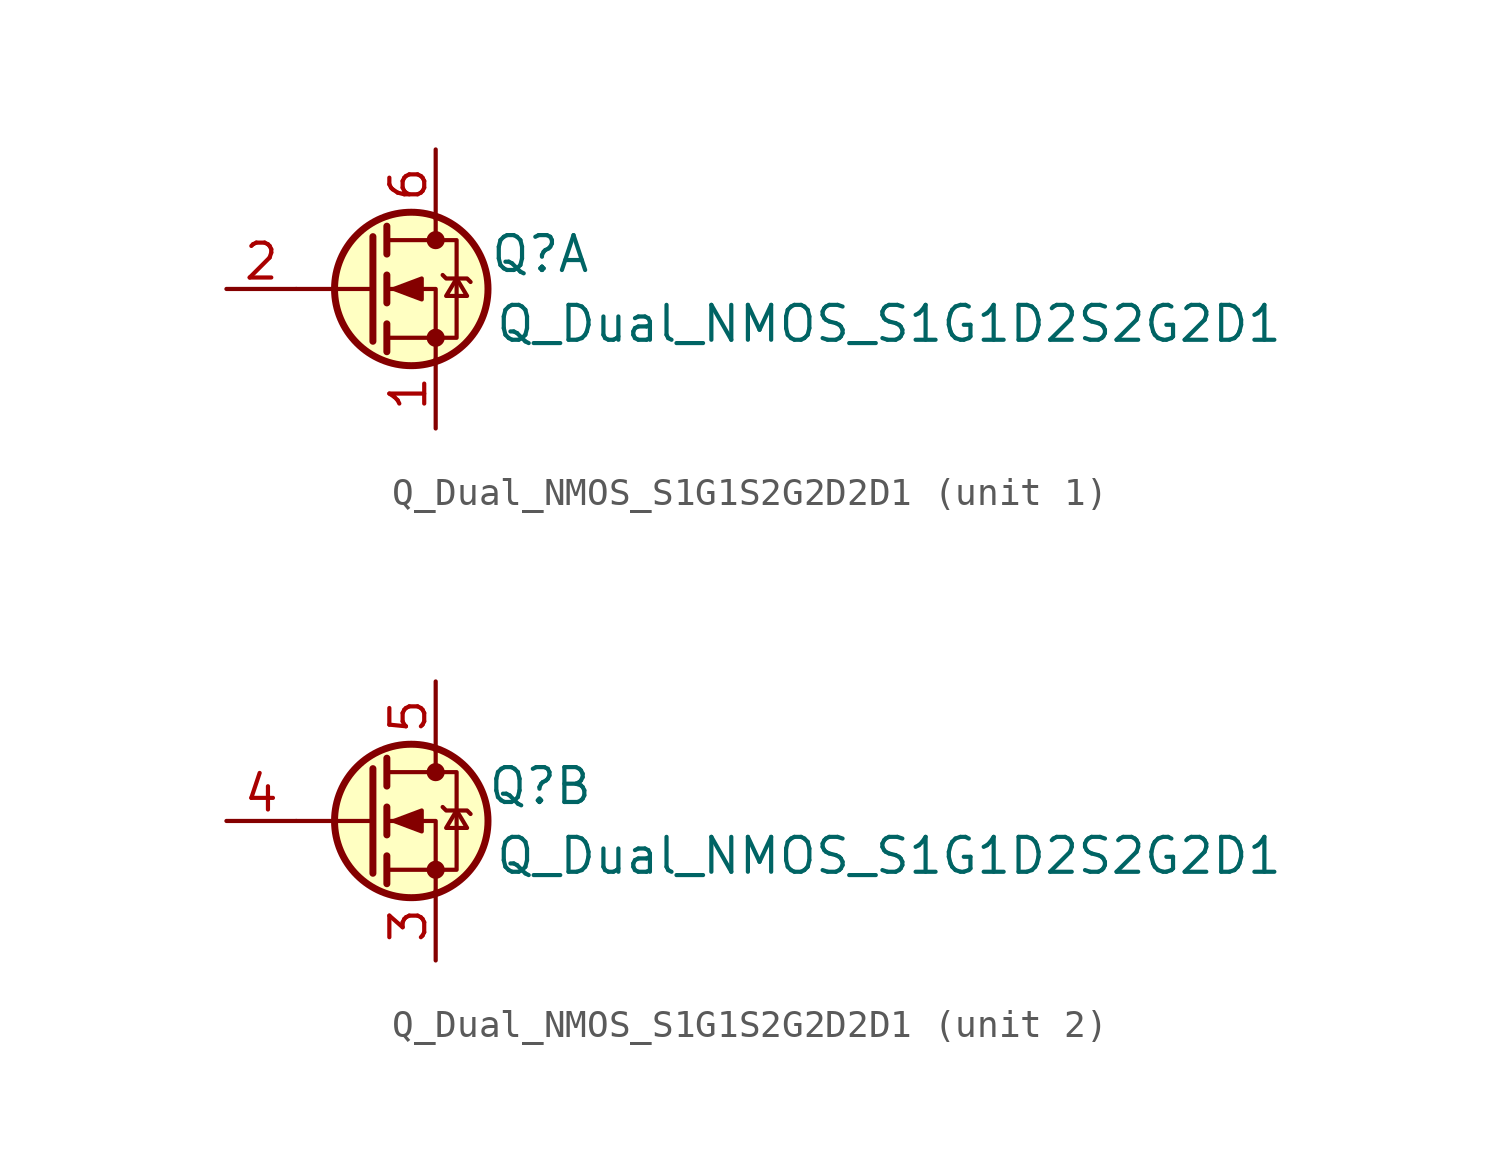
<source format=kicad_sym>
(kicad_symbol_lib
  (version 20231120)
  (generator "kicad_symbol_editor")
  (generator_version "8.0")
  (symbol "Q_Dual_NMOS_S1G1S2G2D2D1"
    (pin_names
      (offset 0) hide)
    (property "Reference" "Q"
      (at 6.35 1.27 0)
      (effects (font (size 1.27 1.27))))
    (property "Value" "Q_Dual_NMOS_S1G1D2S2G2D1"
      (at 19.05 -1.27 0)
      (effects (font (size 1.27 1.27))))
    (symbol "Q_Dual_NMOS_S1G1S2G2D2D1_0_1"
      (polyline (pts (xy 0.254 0) (xy -2.54 0)) (stroke (width 0) (type default)) (fill (type none)))
      (polyline (pts (xy 0.254 1.905) (xy 0.254 -1.905)) (stroke (width 0.254) (type default)) (fill (type none)))
      (polyline (pts (xy 0.762 -1.27) (xy 0.762 -2.286)) (stroke (width 0.254) (type default)) (fill (type none)))
      (polyline (pts (xy 0.762 0.508) (xy 0.762 -0.508)) (stroke (width 0.254) (type default)) (fill (type none)))
      (polyline (pts (xy 0.762 2.286) (xy 0.762 1.27)) (stroke (width 0.254) (type default)) (fill (type none)))
      (polyline (pts (xy 2.54 2.54) (xy 2.54 1.778)) (stroke (width 0) (type default)) (fill (type none)))
      (polyline (pts (xy 2.54 -2.54) (xy 2.54 0) (xy 0.762 0)) (stroke (width 0) (type default)) (fill (type none)))
      (polyline (pts (xy 0.762 -1.778) (xy 3.302 -1.778) (xy 3.302 1.778) (xy 0.762 1.778)) (stroke (width 0) (type default)) (fill (type none)))
      (polyline (pts (xy 1.016 0) (xy 2.032 0.381) (xy 2.032 -0.381) (xy 1.016 0)) (stroke (width 0) (type default)) (fill (type outline)))
      (polyline (pts (xy 2.794 0.508) (xy 2.921 0.381) (xy 3.683 0.381) (xy 3.81 0.254)) (stroke (width 0) (type default)) (fill (type none)))
      (polyline (pts (xy 3.302 0.381) (xy 2.921 -0.254) (xy 3.683 -0.254) (xy 3.302 0.381)) (stroke (width 0) (type default)) (fill (type none)))
      (circle (center 1.651 0) (radius 2.794) (stroke (width 0.254) (type default)) (fill (type background)))
      (circle (center 2.54 -1.778) (radius 0.254) (stroke (width 0) (type default)) (fill (type outline)))
      (circle (center 2.54 1.778) (radius 0.254) (stroke (width 0) (type default)) (fill (type outline))))
    (symbol "Q_Dual_NMOS_S1G1S2G2D2D1_1_1"
      (pin passive line (at 2.54 -5.08 90) (length 2.54) (name "S" (effects (font (size 1.27 1.27)))) (number "1" (effects (font (size 1.27 1.27)))))
      (pin input line (at -5.08 0 0) (length 2.54) (name "G" (effects (font (size 1.27 1.27)))) (number "2" (effects (font (size 1.27 1.27)))))
      (pin passive line (at 2.54 5.08 270) (length 2.54) (name "D" (effects (font (size 1.27 1.27)))) (number "6" (effects (font (size 1.27 1.27))))))
    (symbol "Q_Dual_NMOS_S1G1S2G2D2D1_2_1"
      (pin passive line (at 2.54 -5.08 90) (length 2.54) (name "S" (effects (font (size 1.27 1.27)))) (number "3" (effects (font (size 1.27 1.27)))))
      (pin input line (at -5.08 0 0) (length 2.54) (name "G" (effects (font (size 1.27 1.27)))) (number "4" (effects (font (size 1.27 1.27)))))
      (pin passive line (at 2.54 5.08 270) (length 2.54) (name "D" (effects (font (size 1.27 1.27)))) (number "5" (effects (font (size 1.27 1.27))))))))
</source>
